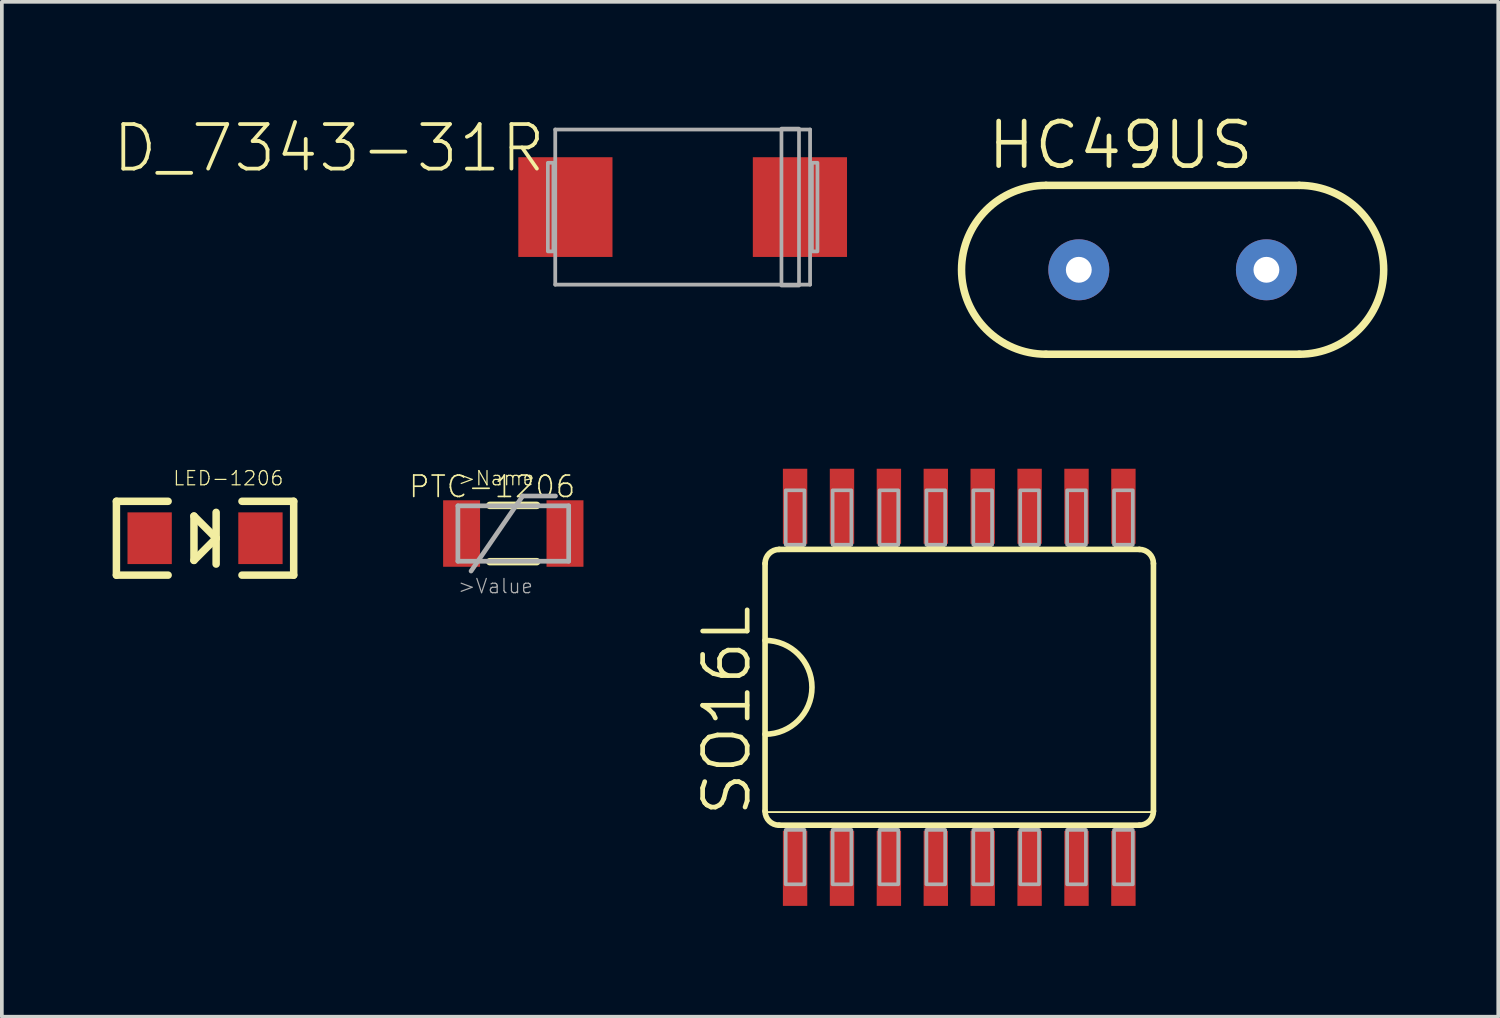
<source format=kicad_pcb>
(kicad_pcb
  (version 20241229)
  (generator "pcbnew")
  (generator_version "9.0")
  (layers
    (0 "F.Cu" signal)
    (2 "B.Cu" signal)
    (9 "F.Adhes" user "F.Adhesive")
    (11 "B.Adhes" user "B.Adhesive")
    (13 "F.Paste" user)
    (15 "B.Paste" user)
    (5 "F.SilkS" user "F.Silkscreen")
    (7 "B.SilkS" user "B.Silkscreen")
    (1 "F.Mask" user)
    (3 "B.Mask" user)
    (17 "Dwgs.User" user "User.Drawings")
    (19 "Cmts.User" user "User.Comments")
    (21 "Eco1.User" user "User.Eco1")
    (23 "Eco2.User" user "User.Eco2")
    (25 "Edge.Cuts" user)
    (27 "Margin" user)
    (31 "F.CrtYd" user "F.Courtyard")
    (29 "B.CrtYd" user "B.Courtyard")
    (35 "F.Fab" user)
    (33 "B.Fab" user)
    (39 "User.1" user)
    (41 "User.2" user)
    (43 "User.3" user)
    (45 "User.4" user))
  (footprint "D_7343-31R"
    (layer "F.Cu")
    (at 15.434 2.557)
    (property "Reference" "D_7343-31R" (at -3.65 -2.3 0) (layer "F.SilkS") (effects (font (size 1.206 1.206) (thickness 0.102)) (justify right top)))
    (attr through_hole)
    (fp_line (start -3.45 -2.1) (end 3.45 -2.1) (stroke (width 0.102) (type solid)) (layer "F.Fab"))
    (fp_line (start -3.45 2.1) (end -3.45 -2.1) (stroke (width 0.102) (type solid)) (layer "F.Fab"))
    (fp_line (start 3.45 -2.1) (end 3.45 2.1) (stroke (width 0.102) (type solid)) (layer "F.Fab"))
    (fp_line (start 3.45 2.1) (end -3.45 2.1) (stroke (width 0.102) (type solid)) (layer "F.Fab"))
    (fp_poly (pts (xy -3.65 1.2) (xy -3.5 1.2) (xy -3.5 -1.2) (xy -3.65 -1.2)) (stroke (width 0.1) (type solid)) (fill no) (layer "F.Fab"))
    (fp_poly (pts (xy 2.675 2.125) (xy 3.15 2.125) (xy 3.15 -2.125) (xy 2.675 -2.125)) (stroke (width 0.1) (type solid)) (fill no) (layer "F.Fab"))
    (fp_poly (pts (xy 3.5 1.2) (xy 3.65 1.2) (xy 3.65 -1.2) (xy 3.5 -1.2)) (stroke (width 0.1) (type solid)) (fill no) (layer "F.Fab"))
    (pad "+" smd rect (at 3.175 0) (size 2.55 2.7) (layers "F.Cu" "F.Mask" "F.Paste"))
    (pad "-" smd rect (at -3.175 0) (size 2.55 2.7) (layers "F.Cu" "F.Mask" "F.Paste")))
  (footprint "PTC-1206"
    (layer "F.Cu")
    (at 10.848 11.396)
    (property "Reference" "PTC-1206" (at -0.572 -1.27 180) (layer "F.SilkS") (effects (font (size 0.579 0.579) (thickness 0.046))))
    (attr through_hole)
    (fp_line (start -0.635 -0.762) (end 0.635 -0.762) (stroke (width 0.203) (type solid)) (layer "F.SilkS"))
    (fp_line (start 0.635 0.762) (end -0.635 0.762) (stroke (width 0.203) (type solid)) (layer "F.SilkS"))
    (fp_line (start -1.5 -0.75) (end 1.5 -0.75) (stroke (width 0.127) (type solid)) (layer "F.Fab"))
    (fp_line (start -1.5 0.75) (end -1.5 -0.75) (stroke (width 0.127) (type solid)) (layer "F.Fab"))
    (fp_line (start -1.143 1.016) (end 0.254 -1.016) (stroke (width 0.127) (type solid)) (layer "F.Fab"))
    (fp_line (start 0.254 -1.016) (end 1.143 -1.016) (stroke (width 0.127) (type solid)) (layer "F.Fab"))
    (fp_line (start 1.5 -0.75) (end 1.5 0.75) (stroke (width 0.127) (type solid)) (layer "F.Fab"))
    (fp_line (start 1.5 0.75) (end -1.5 0.75) (stroke (width 0.127) (type solid)) (layer "F.Fab"))
    (fp_text user ">Name" (at -1.524 -1.27 0) (layer "F.SilkS") (effects (font (size 0.386 0.386) (thickness 0.033)) (justify left bottom)))
    (fp_text user ">Value" (at -1.524 1.651 0) (layer "F.Fab") (effects (font (size 0.386 0.386) (thickness 0.033)) (justify left bottom)))
    (pad "1" smd rect (at -1.4 0) (size 1 1.8) (layers "F.Cu" "F.Mask" "F.Paste"))
    (pad "2" smd rect (at 1.4 0) (size 1 1.8) (layers "F.Cu" "F.Mask" "F.Paste")))
  (footprint "HC49US"
    (layer "F.Cu")
    (at 28.7 4.255)
    (property "Reference" "HC49US" (at -5.08 -2.667 0) (layer "F.SilkS") (effects (font (size 1.206 1.206) (thickness 0.127)) (justify left bottom)))
    (attr through_hole)
    (fp_line (start -3.429 2.286) (end 3.429 2.286) (stroke (width 0.203) (type solid)) (layer "F.SilkS"))
    (fp_line (start 3.429 -2.286) (end -3.429 -2.286) (stroke (width 0.203) (type solid)) (layer "F.SilkS"))
    (fp_arc (start -3.429 2.286) (mid -5.715 0) (end -3.429 -2.286) (stroke (width 0.2032) (type solid)) (layer "F.SilkS"))
    (fp_arc (start 3.429 -2.286) (mid 5.715 0) (end 3.429 2.286) (stroke (width 0.2032) (type solid)) (layer "F.SilkS"))
    (pad "1" thru_hole circle (at -2.54 0 90) (size 1.651 1.651) (drill 0.7) (layers "*.Cu" "*.Mask"))
    (pad "2" thru_hole circle (at 2.54 0 90) (size 1.651 1.651) (drill 0.7) (layers "*.Cu" "*.Mask")))
  (footprint "LED-1206"
    (layer "F.Cu")
    (at 2.502 11.523)
    (property "Reference" "LED-1206" (at -0.889 -1.397 0) (layer "F.SilkS") (effects (font (size 0.386 0.386) (thickness 0.033)) (justify left bottom)))
    (attr through_hole)
    (fp_line (start -2.4 -1) (end -2.4 1) (stroke (width 0.203) (type solid)) (layer "F.SilkS"))
    (fp_line (start -2.4 1) (end -1 1) (stroke (width 0.203) (type solid)) (layer "F.SilkS"))
    (fp_line (start -1 -1) (end -2.4 -1) (stroke (width 0.203) (type solid)) (layer "F.SilkS"))
    (fp_line (start -0.3 -0.6) (end -0.3 0.6) (stroke (width 0.203) (type solid)) (layer "F.SilkS"))
    (fp_line (start -0.3 0.6) (end 0.3 0) (stroke (width 0.203) (type solid)) (layer "F.SilkS"))
    (fp_line (start 0.3 -0.7) (end 0.3 0) (stroke (width 0.203) (type solid)) (layer "F.SilkS"))
    (fp_line (start 0.3 0) (end -0.3 -0.6) (stroke (width 0.203) (type solid)) (layer "F.SilkS"))
    (fp_line (start 0.3 0) (end 0.3 0.7) (stroke (width 0.203) (type solid)) (layer "F.SilkS"))
    (fp_line (start 1 -1) (end 2.4 -1) (stroke (width 0.203) (type solid)) (layer "F.SilkS"))
    (fp_line (start 2.4 -1) (end 2.4 1) (stroke (width 0.203) (type solid)) (layer "F.SilkS"))
    (fp_line (start 2.4 1) (end 1 1) (stroke (width 0.203) (type solid)) (layer "F.SilkS"))
    (pad "A" smd rect (at -1.5 0) (size 1.2 1.4) (layers "F.Cu" "F.Mask" "F.Paste"))
    (pad "C" smd rect (at 1.5 0) (size 1.2 1.4) (layers "F.Cu" "F.Mask" "F.Paste")))
  (footprint "SO16L"
    (layer "F.Cu")
    (at 22.923 15.56)
    (property "Reference" "SO16L" (at -5.588 3.556 90) (layer "F.SilkS") (effects (font (size 1.206 1.206) (thickness 0.127)) (justify left bottom)))
    (attr through_hole)
    (fp_line (start -5.258 -3.353) (end -5.258 3.353) (stroke (width 0.152) (type solid)) (layer "F.SilkS"))
    (fp_line (start -5.207 3.378) (end 5.232 3.378) (stroke (width 0.051) (type solid)) (layer "F.SilkS"))
    (fp_line (start -4.877 3.734) (end 4.877 3.734) (stroke (width 0.152) (type solid)) (layer "F.SilkS"))
    (fp_line (start 4.877 -3.734) (end -4.877 -3.734) (stroke (width 0.152) (type solid)) (layer "F.SilkS"))
    (fp_line (start 5.258 3.353) (end 5.258 -3.353) (stroke (width 0.152) (type solid)) (layer "F.SilkS"))
    (fp_arc (start -5.2578 -3.3528) (mid -5.146208 -3.622208) (end -4.8768 -3.7338) (stroke (width 0.1524) (type solid)) (layer "F.SilkS"))
    (fp_arc (start -5.2578 -1.27) (mid -3.9878 0) (end -5.2578 1.27) (stroke (width 0.1524) (type solid)) (layer "F.SilkS"))
    (fp_arc (start -4.8768 3.7338) (mid -5.146208 3.622208) (end -5.2578 3.3528) (stroke (width 0.1524) (type solid)) (layer "F.SilkS"))
    (fp_arc (start 4.8768 -3.7338) (mid 5.146208 -3.622208) (end 5.2578 -3.3528) (stroke (width 0.1524) (type solid)) (layer "F.SilkS"))
    (fp_arc (start 5.2578 3.3528) (mid 5.146208 3.622208) (end 4.8768 3.7338) (stroke (width 0.1524) (type solid)) (layer "F.SilkS"))
    (fp_poly (pts (xy -4.699 -3.734) (xy -4.191 -3.734) (xy -4.191 -3.861) (xy -4.699 -3.861)) (stroke (width 0) (type solid)) (fill yes) (layer "F.SilkS"))
    (fp_poly (pts (xy -4.699 3.861) (xy -4.191 3.861) (xy -4.191 3.734) (xy -4.699 3.734)) (stroke (width 0) (type solid)) (fill yes) (layer "F.SilkS"))
    (fp_poly (pts (xy -3.429 -3.734) (xy -2.921 -3.734) (xy -2.921 -3.861) (xy -3.429 -3.861)) (stroke (width 0) (type solid)) (fill yes) (layer "F.SilkS"))
    (fp_poly (pts (xy -3.429 3.861) (xy -2.921 3.861) (xy -2.921 3.734) (xy -3.429 3.734)) (stroke (width 0) (type solid)) (fill yes) (layer "F.SilkS"))
    (fp_poly (pts (xy -2.159 -3.734) (xy -1.651 -3.734) (xy -1.651 -3.861) (xy -2.159 -3.861)) (stroke (width 0) (type solid)) (fill yes) (layer "F.SilkS"))
    (fp_poly (pts (xy -2.159 3.861) (xy -1.651 3.861) (xy -1.651 3.734) (xy -2.159 3.734)) (stroke (width 0) (type solid)) (fill yes) (layer "F.SilkS"))
    (fp_poly (pts (xy -0.889 -3.734) (xy -0.381 -3.734) (xy -0.381 -3.861) (xy -0.889 -3.861)) (stroke (width 0) (type solid)) (fill yes) (layer "F.SilkS"))
    (fp_poly (pts (xy -0.889 3.861) (xy -0.381 3.861) (xy -0.381 3.734) (xy -0.889 3.734)) (stroke (width 0) (type solid)) (fill yes) (layer "F.SilkS"))
    (fp_poly (pts (xy 0.381 -3.734) (xy 0.889 -3.734) (xy 0.889 -3.861) (xy 0.381 -3.861)) (stroke (width 0) (type solid)) (fill yes) (layer "F.SilkS"))
    (fp_poly (pts (xy 0.381 3.861) (xy 0.889 3.861) (xy 0.889 3.734) (xy 0.381 3.734)) (stroke (width 0) (type solid)) (fill yes) (layer "F.SilkS"))
    (fp_poly (pts (xy 1.651 -3.734) (xy 2.159 -3.734) (xy 2.159 -3.861) (xy 1.651 -3.861)) (stroke (width 0) (type solid)) (fill yes) (layer "F.SilkS"))
    (fp_poly (pts (xy 1.651 3.861) (xy 2.159 3.861) (xy 2.159 3.734) (xy 1.651 3.734)) (stroke (width 0) (type solid)) (fill yes) (layer "F.SilkS"))
    (fp_poly (pts (xy 2.921 -3.734) (xy 3.429 -3.734) (xy 3.429 -3.861) (xy 2.921 -3.861)) (stroke (width 0) (type solid)) (fill yes) (layer "F.SilkS"))
    (fp_poly (pts (xy 2.921 3.861) (xy 3.429 3.861) (xy 3.429 3.734) (xy 2.921 3.734)) (stroke (width 0) (type solid)) (fill yes) (layer "F.SilkS"))
    (fp_poly (pts (xy 4.191 -3.734) (xy 4.699 -3.734) (xy 4.699 -3.861) (xy 4.191 -3.861)) (stroke (width 0) (type solid)) (fill yes) (layer "F.SilkS"))
    (fp_poly (pts (xy 4.191 3.861) (xy 4.699 3.861) (xy 4.699 3.734) (xy 4.191 3.734)) (stroke (width 0) (type solid)) (fill yes) (layer "F.SilkS"))
    (fp_poly (pts (xy -4.699 -3.861) (xy -4.191 -3.861) (xy -4.191 -5.334) (xy -4.699 -5.334)) (stroke (width 0.1) (type solid)) (fill no) (layer "F.Fab"))
    (fp_poly (pts (xy -4.699 5.334) (xy -4.191 5.334) (xy -4.191 3.861) (xy -4.699 3.861)) (stroke (width 0.1) (type solid)) (fill no) (layer "F.Fab"))
    (fp_poly (pts (xy -3.429 -3.861) (xy -2.921 -3.861) (xy -2.921 -5.334) (xy -3.429 -5.334)) (stroke (width 0.1) (type solid)) (fill no) (layer "F.Fab"))
    (fp_poly (pts (xy -3.429 5.334) (xy -2.921 5.334) (xy -2.921 3.861) (xy -3.429 3.861)) (stroke (width 0.1) (type solid)) (fill no) (layer "F.Fab"))
    (fp_poly (pts (xy -2.159 -3.861) (xy -1.651 -3.861) (xy -1.651 -5.334) (xy -2.159 -5.334)) (stroke (width 0.1) (type solid)) (fill no) (layer "F.Fab"))
    (fp_poly (pts (xy -2.159 5.334) (xy -1.651 5.334) (xy -1.651 3.861) (xy -2.159 3.861)) (stroke (width 0.1) (type solid)) (fill no) (layer "F.Fab"))
    (fp_poly (pts (xy -0.889 -3.861) (xy -0.381 -3.861) (xy -0.381 -5.334) (xy -0.889 -5.334)) (stroke (width 0.1) (type solid)) (fill no) (layer "F.Fab"))
    (fp_poly (pts (xy -0.889 5.334) (xy -0.381 5.334) (xy -0.381 3.861) (xy -0.889 3.861)) (stroke (width 0.1) (type solid)) (fill no) (layer "F.Fab"))
    (fp_poly (pts (xy 0.381 -3.861) (xy 0.889 -3.861) (xy 0.889 -5.334) (xy 0.381 -5.334)) (stroke (width 0.1) (type solid)) (fill no) (layer "F.Fab"))
    (fp_poly (pts (xy 0.381 5.334) (xy 0.889 5.334) (xy 0.889 3.861) (xy 0.381 3.861)) (stroke (width 0.1) (type solid)) (fill no) (layer "F.Fab"))
    (fp_poly (pts (xy 1.651 -3.861) (xy 2.159 -3.861) (xy 2.159 -5.334) (xy 1.651 -5.334)) (stroke (width 0.1) (type solid)) (fill no) (layer "F.Fab"))
    (fp_poly (pts (xy 1.651 5.334) (xy 2.159 5.334) (xy 2.159 3.861) (xy 1.651 3.861)) (stroke (width 0.1) (type solid)) (fill no) (layer "F.Fab"))
    (fp_poly (pts (xy 2.921 -3.861) (xy 3.429 -3.861) (xy 3.429 -5.334) (xy 2.921 -5.334)) (stroke (width 0.1) (type solid)) (fill no) (layer "F.Fab"))
    (fp_poly (pts (xy 2.921 5.334) (xy 3.429 5.334) (xy 3.429 3.861) (xy 2.921 3.861)) (stroke (width 0.1) (type solid)) (fill no) (layer "F.Fab"))
    (fp_poly (pts (xy 4.191 -3.861) (xy 4.699 -3.861) (xy 4.699 -5.334) (xy 4.191 -5.334)) (stroke (width 0.1) (type solid)) (fill no) (layer "F.Fab"))
    (fp_poly (pts (xy 4.191 5.334) (xy 4.699 5.334) (xy 4.699 3.861) (xy 4.191 3.861)) (stroke (width 0.1) (type solid)) (fill no) (layer "F.Fab"))
    (pad "1" smd rect (at -4.445 4.902) (size 0.66 2.032) (layers "F.Cu" "F.Mask" "F.Paste"))
    (pad "2" smd rect (at -3.175 4.902) (size 0.66 2.032) (layers "F.Cu" "F.Mask" "F.Paste"))
    (pad "3" smd rect (at -1.905 4.902) (size 0.66 2.032) (layers "F.Cu" "F.Mask" "F.Paste"))
    (pad "4" smd rect (at -0.635 4.902) (size 0.66 2.032) (layers "F.Cu" "F.Mask" "F.Paste"))
    (pad "5" smd rect (at 0.635 4.902) (size 0.66 2.032) (layers "F.Cu" "F.Mask" "F.Paste"))
    (pad "6" smd rect (at 1.905 4.902) (size 0.66 2.032) (layers "F.Cu" "F.Mask" "F.Paste"))
    (pad "7" smd rect (at 3.175 4.902) (size 0.66 2.032) (layers "F.Cu" "F.Mask" "F.Paste"))
    (pad "8" smd rect (at 4.445 4.902) (size 0.66 2.032) (layers "F.Cu" "F.Mask" "F.Paste"))
    (pad "9" smd rect (at 4.445 -4.902) (size 0.66 2.032) (layers "F.Cu" "F.Mask" "F.Paste"))
    (pad "10" smd rect (at 3.175 -4.902) (size 0.66 2.032) (layers "F.Cu" "F.Mask" "F.Paste"))
    (pad "11" smd rect (at 1.905 -4.902) (size 0.66 2.032) (layers "F.Cu" "F.Mask" "F.Paste"))
    (pad "12" smd rect (at 0.635 -4.902) (size 0.66 2.032) (layers "F.Cu" "F.Mask" "F.Paste"))
    (pad "13" smd rect (at -0.635 -4.902) (size 0.66 2.032) (layers "F.Cu" "F.Mask" "F.Paste"))
    (pad "14" smd rect (at -1.905 -4.902) (size 0.66 2.032) (layers "F.Cu" "F.Mask" "F.Paste"))
    (pad "15" smd rect (at -3.175 -4.902) (size 0.66 2.032) (layers "F.Cu" "F.Mask" "F.Paste"))
    (pad "16" smd rect (at -4.445 -4.902) (size 0.66 2.032) (layers "F.Cu" "F.Mask" "F.Paste")))
  (gr_rect
    (start -3 -3)
    (end 37.517 24.479)
    (stroke (width 0.1) (type default))
    (fill no)
    (layer "Edge.Cuts")))
</source>
